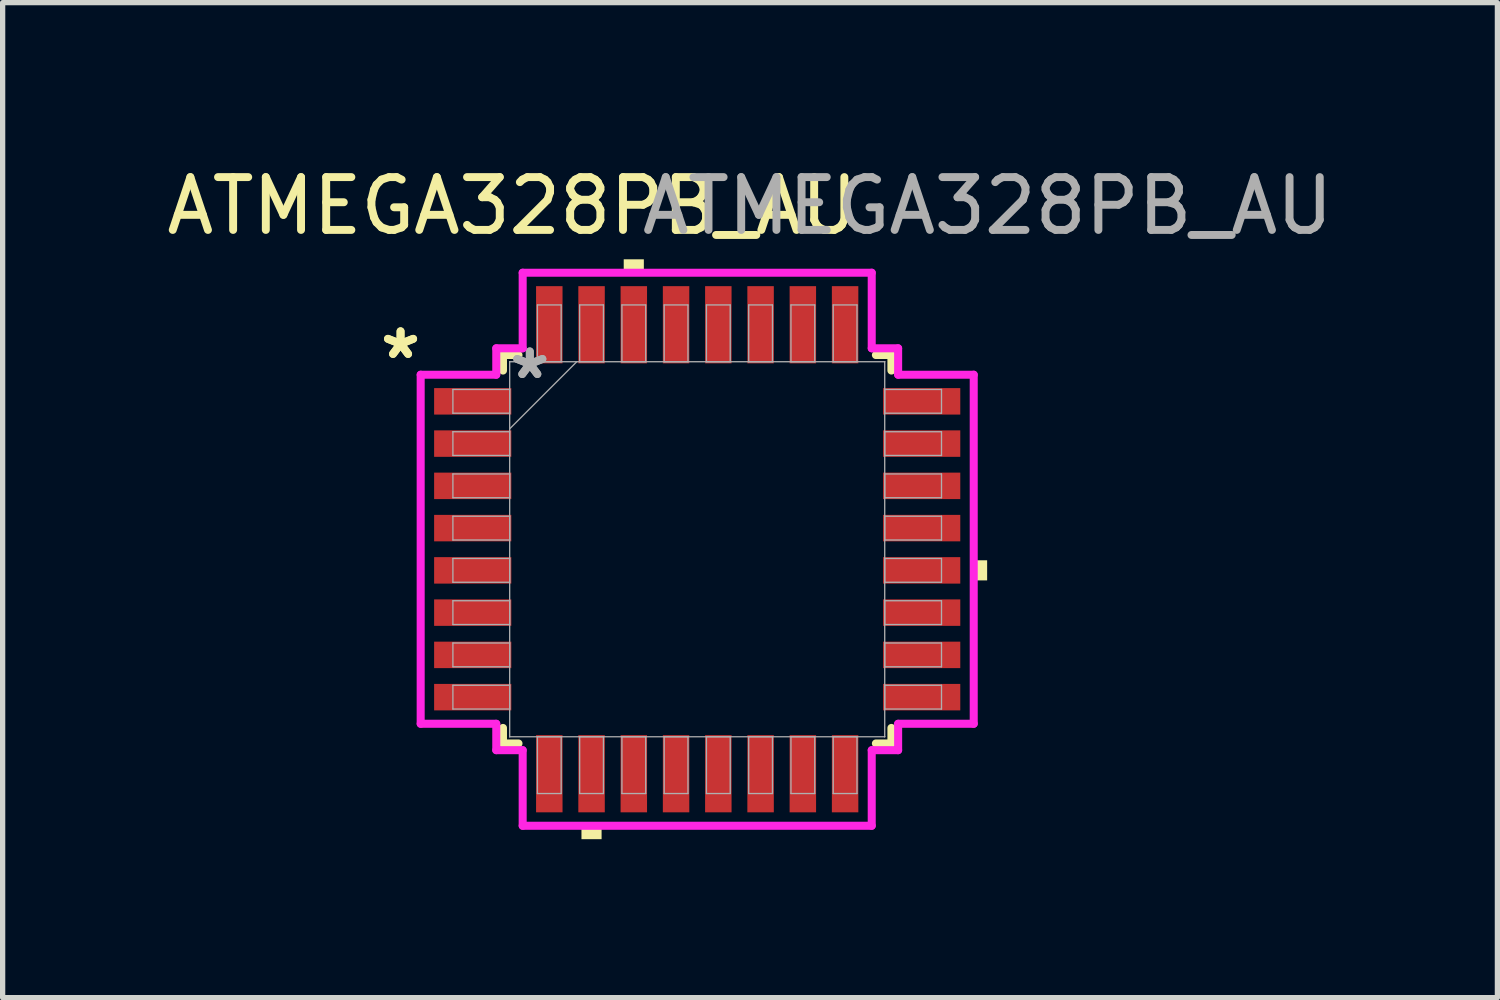
<source format=kicad_pcb>
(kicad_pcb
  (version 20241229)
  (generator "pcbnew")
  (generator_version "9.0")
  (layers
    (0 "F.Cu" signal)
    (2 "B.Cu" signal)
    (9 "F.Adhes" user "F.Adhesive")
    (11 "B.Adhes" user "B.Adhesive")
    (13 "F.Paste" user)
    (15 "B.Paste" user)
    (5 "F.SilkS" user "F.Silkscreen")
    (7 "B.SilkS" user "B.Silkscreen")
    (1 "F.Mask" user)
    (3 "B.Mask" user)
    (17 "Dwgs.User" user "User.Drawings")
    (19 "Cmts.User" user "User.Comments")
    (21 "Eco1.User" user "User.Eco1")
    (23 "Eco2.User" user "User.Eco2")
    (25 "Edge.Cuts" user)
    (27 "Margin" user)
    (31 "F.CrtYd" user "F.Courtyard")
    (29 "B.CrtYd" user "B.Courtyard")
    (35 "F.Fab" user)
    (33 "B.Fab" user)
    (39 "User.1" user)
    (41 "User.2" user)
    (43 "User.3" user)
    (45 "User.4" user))
  (footprint "ATMEGA328PB_AU"
    (layer "F.Cu")
    (at 10.149 7.348)
    (property "Reference" "ATMEGA328PB_AU" (at -3.5 -6.5 0) (unlocked yes) (layer "F.SilkS") (effects (font (size 1 1) (thickness 0.15))))
    (attr smd)
    (fp_line (start -3.677 -3.677) (end -3.677 -3.383) (stroke (width 0.152) (type solid)) (layer "F.SilkS"))
    (fp_line (start -3.677 3.383) (end -3.677 3.677) (stroke (width 0.152) (type solid)) (layer "F.SilkS"))
    (fp_line (start -3.677 3.677) (end -3.383 3.677) (stroke (width 0.152) (type solid)) (layer "F.SilkS"))
    (fp_line (start -3.383 -3.677) (end -3.677 -3.677) (stroke (width 0.152) (type solid)) (layer "F.SilkS"))
    (fp_line (start 3.383 3.677) (end 3.677 3.677) (stroke (width 0.152) (type solid)) (layer "F.SilkS"))
    (fp_line (start 3.677 -3.677) (end 3.383 -3.677) (stroke (width 0.152) (type solid)) (layer "F.SilkS"))
    (fp_line (start 3.677 -3.383) (end 3.677 -3.677) (stroke (width 0.152) (type solid)) (layer "F.SilkS"))
    (fp_line (start 3.677 3.677) (end 3.677 3.383) (stroke (width 0.152) (type solid)) (layer "F.SilkS"))
    (fp_poly (pts (xy -2.191 5.235) (xy -2.191 5.489) (xy -1.81 5.489) (xy -1.81 5.235)) (stroke (width 0) (type solid)) (fill yes) (layer "F.SilkS"))
    (fp_poly (pts (xy -1.391 -5.235) (xy -1.391 -5.489) (xy -1.01 -5.489) (xy -1.01 -5.235)) (stroke (width 0) (type solid)) (fill yes) (layer "F.SilkS"))
    (fp_poly (pts (xy 5.489 0.209) (xy 5.489 0.59) (xy 5.235 0.59) (xy 5.235 0.209)) (stroke (width 0) (type solid)) (fill yes) (layer "F.SilkS"))
    (fp_line (start -5.235 -3.304) (end -3.804 -3.304) (stroke (width 0.152) (type solid)) (layer "F.CrtYd"))
    (fp_line (start -5.235 3.304) (end -5.235 -3.304) (stroke (width 0.152) (type solid)) (layer "F.CrtYd"))
    (fp_line (start -3.804 -3.804) (end -3.304 -3.804) (stroke (width 0.152) (type solid)) (layer "F.CrtYd"))
    (fp_line (start -3.804 -3.304) (end -3.804 -3.804) (stroke (width 0.152) (type solid)) (layer "F.CrtYd"))
    (fp_line (start -3.804 3.304) (end -5.235 3.304) (stroke (width 0.152) (type solid)) (layer "F.CrtYd"))
    (fp_line (start -3.804 3.804) (end -3.804 3.304) (stroke (width 0.152) (type solid)) (layer "F.CrtYd"))
    (fp_line (start -3.804 3.804) (end -3.304 3.804) (stroke (width 0.152) (type solid)) (layer "F.CrtYd"))
    (fp_line (start -3.304 -5.235) (end 3.304 -5.235) (stroke (width 0.152) (type solid)) (layer "F.CrtYd"))
    (fp_line (start -3.304 -3.804) (end -3.304 -5.235) (stroke (width 0.152) (type solid)) (layer "F.CrtYd"))
    (fp_line (start -3.304 3.804) (end -3.304 5.235) (stroke (width 0.152) (type solid)) (layer "F.CrtYd"))
    (fp_line (start -3.304 5.235) (end 3.304 5.235) (stroke (width 0.152) (type solid)) (layer "F.CrtYd"))
    (fp_line (start 3.304 -5.235) (end 3.304 -3.804) (stroke (width 0.152) (type solid)) (layer "F.CrtYd"))
    (fp_line (start 3.304 -3.804) (end 3.804 -3.804) (stroke (width 0.152) (type solid)) (layer "F.CrtYd"))
    (fp_line (start 3.304 3.804) (end 3.804 3.804) (stroke (width 0.152) (type solid)) (layer "F.CrtYd"))
    (fp_line (start 3.304 5.235) (end 3.304 3.804) (stroke (width 0.152) (type solid)) (layer "F.CrtYd"))
    (fp_line (start 3.804 -3.304) (end 3.804 -3.804) (stroke (width 0.152) (type solid)) (layer "F.CrtYd"))
    (fp_line (start 3.804 3.304) (end 5.235 3.304) (stroke (width 0.152) (type solid)) (layer "F.CrtYd"))
    (fp_line (start 3.804 3.804) (end 3.804 3.304) (stroke (width 0.152) (type solid)) (layer "F.CrtYd"))
    (fp_line (start 5.235 -3.304) (end 3.804 -3.304) (stroke (width 0.152) (type solid)) (layer "F.CrtYd"))
    (fp_line (start 5.235 3.304) (end 5.235 -3.304) (stroke (width 0.152) (type solid)) (layer "F.CrtYd"))
    (fp_line (start -4.625 -3.025) (end -4.625 -2.575) (stroke (width 0.025) (type solid)) (layer "F.Fab"))
    (fp_line (start -4.625 -2.575) (end -3.55 -2.575) (stroke (width 0.025) (type solid)) (layer "F.Fab"))
    (fp_line (start -4.625 -2.225) (end -4.625 -1.775) (stroke (width 0.025) (type solid)) (layer "F.Fab"))
    (fp_line (start -4.625 -1.775) (end -3.55 -1.775) (stroke (width 0.025) (type solid)) (layer "F.Fab"))
    (fp_line (start -4.625 -1.425) (end -4.625 -0.975) (stroke (width 0.025) (type solid)) (layer "F.Fab"))
    (fp_line (start -4.625 -0.975) (end -3.55 -0.975) (stroke (width 0.025) (type solid)) (layer "F.Fab"))
    (fp_line (start -4.625 -0.625) (end -4.625 -0.175) (stroke (width 0.025) (type solid)) (layer "F.Fab"))
    (fp_line (start -4.625 -0.175) (end -3.55 -0.175) (stroke (width 0.025) (type solid)) (layer "F.Fab"))
    (fp_line (start -4.625 0.175) (end -4.625 0.625) (stroke (width 0.025) (type solid)) (layer "F.Fab"))
    (fp_line (start -4.625 0.625) (end -3.55 0.625) (stroke (width 0.025) (type solid)) (layer "F.Fab"))
    (fp_line (start -4.625 0.975) (end -4.625 1.425) (stroke (width 0.025) (type solid)) (layer "F.Fab"))
    (fp_line (start -4.625 1.425) (end -3.55 1.425) (stroke (width 0.025) (type solid)) (layer "F.Fab"))
    (fp_line (start -4.625 1.775) (end -4.625 2.225) (stroke (width 0.025) (type solid)) (layer "F.Fab"))
    (fp_line (start -4.625 2.225) (end -3.55 2.225) (stroke (width 0.025) (type solid)) (layer "F.Fab"))
    (fp_line (start -4.625 2.575) (end -4.625 3.025) (stroke (width 0.025) (type solid)) (layer "F.Fab"))
    (fp_line (start -4.625 3.025) (end -3.55 3.025) (stroke (width 0.025) (type solid)) (layer "F.Fab"))
    (fp_line (start -3.55 -3.55) (end -3.55 -3.55) (stroke (width 0.025) (type solid)) (layer "F.Fab"))
    (fp_line (start -3.55 -3.55) (end -3.55 3.55) (stroke (width 0.025) (type solid)) (layer "F.Fab"))
    (fp_line (start -3.55 -3.025) (end -4.625 -3.025) (stroke (width 0.025) (type solid)) (layer "F.Fab"))
    (fp_line (start -3.55 -2.575) (end -3.55 -3.025) (stroke (width 0.025) (type solid)) (layer "F.Fab"))
    (fp_line (start -3.55 -2.28) (end -2.28 -3.55) (stroke (width 0.025) (type solid)) (layer "F.Fab"))
    (fp_line (start -3.55 -2.225) (end -4.625 -2.225) (stroke (width 0.025) (type solid)) (layer "F.Fab"))
    (fp_line (start -3.55 -1.775) (end -3.55 -2.225) (stroke (width 0.025) (type solid)) (layer "F.Fab"))
    (fp_line (start -3.55 -1.425) (end -4.625 -1.425) (stroke (width 0.025) (type solid)) (layer "F.Fab"))
    (fp_line (start -3.55 -0.975) (end -3.55 -1.425) (stroke (width 0.025) (type solid)) (layer "F.Fab"))
    (fp_line (start -3.55 -0.625) (end -4.625 -0.625) (stroke (width 0.025) (type solid)) (layer "F.Fab"))
    (fp_line (start -3.55 -0.175) (end -3.55 -0.625) (stroke (width 0.025) (type solid)) (layer "F.Fab"))
    (fp_line (start -3.55 0.175) (end -4.625 0.175) (stroke (width 0.025) (type solid)) (layer "F.Fab"))
    (fp_line (start -3.55 0.625) (end -3.55 0.175) (stroke (width 0.025) (type solid)) (layer "F.Fab"))
    (fp_line (start -3.55 0.975) (end -4.625 0.975) (stroke (width 0.025) (type solid)) (layer "F.Fab"))
    (fp_line (start -3.55 1.425) (end -3.55 0.975) (stroke (width 0.025) (type solid)) (layer "F.Fab"))
    (fp_line (start -3.55 1.775) (end -4.625 1.775) (stroke (width 0.025) (type solid)) (layer "F.Fab"))
    (fp_line (start -3.55 2.225) (end -3.55 1.775) (stroke (width 0.025) (type solid)) (layer "F.Fab"))
    (fp_line (start -3.55 2.575) (end -4.625 2.575) (stroke (width 0.025) (type solid)) (layer "F.Fab"))
    (fp_line (start -3.55 3.025) (end -3.55 2.575) (stroke (width 0.025) (type solid)) (layer "F.Fab"))
    (fp_line (start -3.55 3.55) (end -3.55 3.55) (stroke (width 0.025) (type solid)) (layer "F.Fab"))
    (fp_line (start -3.55 3.55) (end 3.55 3.55) (stroke (width 0.025) (type solid)) (layer "F.Fab"))
    (fp_line (start -3.025 -4.625) (end -3.025 -3.55) (stroke (width 0.025) (type solid)) (layer "F.Fab"))
    (fp_line (start -3.025 -3.55) (end -2.575 -3.55) (stroke (width 0.025) (type solid)) (layer "F.Fab"))
    (fp_line (start -3.025 3.55) (end -3.025 4.625) (stroke (width 0.025) (type solid)) (layer "F.Fab"))
    (fp_line (start -3.025 4.625) (end -2.575 4.625) (stroke (width 0.025) (type solid)) (layer "F.Fab"))
    (fp_line (start -2.575 3.55) (end -3.025 3.55) (stroke (width 0.025) (type solid)) (layer "F.Fab"))
    (fp_line (start -2.575 4.625) (end -2.575 3.55) (stroke (width 0.025) (type solid)) (layer "F.Fab"))
    (fp_line (start -2.575 -4.625) (end -3.025 -4.625) (stroke (width 0.025) (type solid)) (layer "F.Fab"))
    (fp_line (start -2.575 -3.55) (end -2.575 -4.625) (stroke (width 0.025) (type solid)) (layer "F.Fab"))
    (fp_line (start -2.225 -4.625) (end -2.225 -3.55) (stroke (width 0.025) (type solid)) (layer "F.Fab"))
    (fp_line (start -2.225 -3.55) (end -1.775 -3.55) (stroke (width 0.025) (type solid)) (layer "F.Fab"))
    (fp_line (start -2.225 3.55) (end -2.225 4.625) (stroke (width 0.025) (type solid)) (layer "F.Fab"))
    (fp_line (start -2.225 4.625) (end -1.775 4.625) (stroke (width 0.025) (type solid)) (layer "F.Fab"))
    (fp_line (start -1.775 -4.625) (end -2.225 -4.625) (stroke (width 0.025) (type solid)) (layer "F.Fab"))
    (fp_line (start -1.775 -3.55) (end -1.775 -4.625) (stroke (width 0.025) (type solid)) (layer "F.Fab"))
    (fp_line (start -1.775 3.55) (end -2.225 3.55) (stroke (width 0.025) (type solid)) (layer "F.Fab"))
    (fp_line (start -1.775 4.625) (end -1.775 3.55) (stroke (width 0.025) (type solid)) (layer "F.Fab"))
    (fp_line (start -1.425 -4.625) (end -1.425 -3.55) (stroke (width 0.025) (type solid)) (layer "F.Fab"))
    (fp_line (start -1.425 -3.55) (end -0.975 -3.55) (stroke (width 0.025) (type solid)) (layer "F.Fab"))
    (fp_line (start -1.425 3.55) (end -1.425 4.625) (stroke (width 0.025) (type solid)) (layer "F.Fab"))
    (fp_line (start -1.425 4.625) (end -0.975 4.625) (stroke (width 0.025) (type solid)) (layer "F.Fab"))
    (fp_line (start -0.975 -4.625) (end -1.425 -4.625) (stroke (width 0.025) (type solid)) (layer "F.Fab"))
    (fp_line (start -0.975 -3.55) (end -0.975 -4.625) (stroke (width 0.025) (type solid)) (layer "F.Fab"))
    (fp_line (start -0.975 3.55) (end -1.425 3.55) (stroke (width 0.025) (type solid)) (layer "F.Fab"))
    (fp_line (start -0.975 4.625) (end -0.975 3.55) (stroke (width 0.025) (type solid)) (layer "F.Fab"))
    (fp_line (start -0.625 -4.625) (end -0.625 -3.55) (stroke (width 0.025) (type solid)) (layer "F.Fab"))
    (fp_line (start -0.625 -3.55) (end -0.175 -3.55) (stroke (width 0.025) (type solid)) (layer "F.Fab"))
    (fp_line (start -0.625 3.55) (end -0.625 4.625) (stroke (width 0.025) (type solid)) (layer "F.Fab"))
    (fp_line (start -0.625 4.625) (end -0.175 4.625) (stroke (width 0.025) (type solid)) (layer "F.Fab"))
    (fp_line (start -0.175 -4.625) (end -0.625 -4.625) (stroke (width 0.025) (type solid)) (layer "F.Fab"))
    (fp_line (start -0.175 -3.55) (end -0.175 -4.625) (stroke (width 0.025) (type solid)) (layer "F.Fab"))
    (fp_line (start -0.175 3.55) (end -0.625 3.55) (stroke (width 0.025) (type solid)) (layer "F.Fab"))
    (fp_line (start -0.175 4.625) (end -0.175 3.55) (stroke (width 0.025) (type solid)) (layer "F.Fab"))
    (fp_line (start 0.175 -4.625) (end 0.175 -3.55) (stroke (width 0.025) (type solid)) (layer "F.Fab"))
    (fp_line (start 0.175 -3.55) (end 0.625 -3.55) (stroke (width 0.025) (type solid)) (layer "F.Fab"))
    (fp_line (start 0.175 3.55) (end 0.175 4.625) (stroke (width 0.025) (type solid)) (layer "F.Fab"))
    (fp_line (start 0.175 4.625) (end 0.625 4.625) (stroke (width 0.025) (type solid)) (layer "F.Fab"))
    (fp_line (start 0.625 -4.625) (end 0.175 -4.625) (stroke (width 0.025) (type solid)) (layer "F.Fab"))
    (fp_line (start 0.625 -3.55) (end 0.625 -4.625) (stroke (width 0.025) (type solid)) (layer "F.Fab"))
    (fp_line (start 0.625 3.55) (end 0.175 3.55) (stroke (width 0.025) (type solid)) (layer "F.Fab"))
    (fp_line (start 0.625 4.625) (end 0.625 3.55) (stroke (width 0.025) (type solid)) (layer "F.Fab"))
    (fp_line (start 0.975 -4.625) (end 0.975 -3.55) (stroke (width 0.025) (type solid)) (layer "F.Fab"))
    (fp_line (start 0.975 -3.55) (end 1.425 -3.55) (stroke (width 0.025) (type solid)) (layer "F.Fab"))
    (fp_line (start 0.975 3.55) (end 0.975 4.625) (stroke (width 0.025) (type solid)) (layer "F.Fab"))
    (fp_line (start 0.975 4.625) (end 1.425 4.625) (stroke (width 0.025) (type solid)) (layer "F.Fab"))
    (fp_line (start 1.425 -4.625) (end 0.975 -4.625) (stroke (width 0.025) (type solid)) (layer "F.Fab"))
    (fp_line (start 1.425 -3.55) (end 1.425 -4.625) (stroke (width 0.025) (type solid)) (layer "F.Fab"))
    (fp_line (start 1.425 3.55) (end 0.975 3.55) (stroke (width 0.025) (type solid)) (layer "F.Fab"))
    (fp_line (start 1.425 4.625) (end 1.425 3.55) (stroke (width 0.025) (type solid)) (layer "F.Fab"))
    (fp_line (start 1.775 -4.625) (end 1.775 -3.55) (stroke (width 0.025) (type solid)) (layer "F.Fab"))
    (fp_line (start 1.775 -3.55) (end 2.225 -3.55) (stroke (width 0.025) (type solid)) (layer "F.Fab"))
    (fp_line (start 1.775 3.55) (end 1.775 4.625) (stroke (width 0.025) (type solid)) (layer "F.Fab"))
    (fp_line (start 1.775 4.625) (end 2.225 4.625) (stroke (width 0.025) (type solid)) (layer "F.Fab"))
    (fp_line (start 2.225 -4.625) (end 1.775 -4.625) (stroke (width 0.025) (type solid)) (layer "F.Fab"))
    (fp_line (start 2.225 -3.55) (end 2.225 -4.625) (stroke (width 0.025) (type solid)) (layer "F.Fab"))
    (fp_line (start 2.225 3.55) (end 1.775 3.55) (stroke (width 0.025) (type solid)) (layer "F.Fab"))
    (fp_line (start 2.225 4.625) (end 2.225 3.55) (stroke (width 0.025) (type solid)) (layer "F.Fab"))
    (fp_line (start 2.575 3.55) (end 2.575 4.625) (stroke (width 0.025) (type solid)) (layer "F.Fab"))
    (fp_line (start 2.575 4.625) (end 3.025 4.625) (stroke (width 0.025) (type solid)) (layer "F.Fab"))
    (fp_line (start 2.575 -4.625) (end 2.575 -3.55) (stroke (width 0.025) (type solid)) (layer "F.Fab"))
    (fp_line (start 2.575 -3.55) (end 3.025 -3.55) (stroke (width 0.025) (type solid)) (layer "F.Fab"))
    (fp_line (start 3.025 -4.625) (end 2.575 -4.625) (stroke (width 0.025) (type solid)) (layer "F.Fab"))
    (fp_line (start 3.025 -3.55) (end 3.025 -4.625) (stroke (width 0.025) (type solid)) (layer "F.Fab"))
    (fp_line (start 3.025 3.55) (end 2.575 3.55) (stroke (width 0.025) (type solid)) (layer "F.Fab"))
    (fp_line (start 3.025 4.625) (end 3.025 3.55) (stroke (width 0.025) (type solid)) (layer "F.Fab"))
    (fp_line (start 3.55 -3.55) (end -3.55 -3.55) (stroke (width 0.025) (type solid)) (layer "F.Fab"))
    (fp_line (start 3.55 -3.55) (end 3.55 -3.55) (stroke (width 0.025) (type solid)) (layer "F.Fab"))
    (fp_line (start 3.55 -3.025) (end 3.55 -2.575) (stroke (width 0.025) (type solid)) (layer "F.Fab"))
    (fp_line (start 3.55 -2.575) (end 4.625 -2.575) (stroke (width 0.025) (type solid)) (layer "F.Fab"))
    (fp_line (start 3.55 -2.225) (end 3.55 -1.775) (stroke (width 0.025) (type solid)) (layer "F.Fab"))
    (fp_line (start 3.55 -1.775) (end 4.625 -1.775) (stroke (width 0.025) (type solid)) (layer "F.Fab"))
    (fp_line (start 3.55 -1.425) (end 3.55 -0.975) (stroke (width 0.025) (type solid)) (layer "F.Fab"))
    (fp_line (start 3.55 -0.975) (end 4.625 -0.975) (stroke (width 0.025) (type solid)) (layer "F.Fab"))
    (fp_line (start 3.55 -0.625) (end 3.55 -0.175) (stroke (width 0.025) (type solid)) (layer "F.Fab"))
    (fp_line (start 3.55 -0.175) (end 4.625 -0.175) (stroke (width 0.025) (type solid)) (layer "F.Fab"))
    (fp_line (start 3.55 0.175) (end 3.55 0.625) (stroke (width 0.025) (type solid)) (layer "F.Fab"))
    (fp_line (start 3.55 0.625) (end 4.625 0.625) (stroke (width 0.025) (type solid)) (layer "F.Fab"))
    (fp_line (start 3.55 0.975) (end 3.55 1.425) (stroke (width 0.025) (type solid)) (layer "F.Fab"))
    (fp_line (start 3.55 1.425) (end 4.625 1.425) (stroke (width 0.025) (type solid)) (layer "F.Fab"))
    (fp_line (start 3.55 1.775) (end 3.55 2.225) (stroke (width 0.025) (type solid)) (layer "F.Fab"))
    (fp_line (start 3.55 2.225) (end 4.625 2.225) (stroke (width 0.025) (type solid)) (layer "F.Fab"))
    (fp_line (start 3.55 2.575) (end 3.55 3.025) (stroke (width 0.025) (type solid)) (layer "F.Fab"))
    (fp_line (start 3.55 3.025) (end 4.625 3.025) (stroke (width 0.025) (type solid)) (layer "F.Fab"))
    (fp_line (start 3.55 3.55) (end 3.55 -3.55) (stroke (width 0.025) (type solid)) (layer "F.Fab"))
    (fp_line (start 3.55 3.55) (end 3.55 3.55) (stroke (width 0.025) (type solid)) (layer "F.Fab"))
    (fp_line (start 4.625 -3.025) (end 3.55 -3.025) (stroke (width 0.025) (type solid)) (layer "F.Fab"))
    (fp_line (start 4.625 -2.575) (end 4.625 -3.025) (stroke (width 0.025) (type solid)) (layer "F.Fab"))
    (fp_line (start 4.625 -2.225) (end 3.55 -2.225) (stroke (width 0.025) (type solid)) (layer "F.Fab"))
    (fp_line (start 4.625 -1.775) (end 4.625 -2.225) (stroke (width 0.025) (type solid)) (layer "F.Fab"))
    (fp_line (start 4.625 -1.425) (end 3.55 -1.425) (stroke (width 0.025) (type solid)) (layer "F.Fab"))
    (fp_line (start 4.625 -0.975) (end 4.625 -1.425) (stroke (width 0.025) (type solid)) (layer "F.Fab"))
    (fp_line (start 4.625 -0.625) (end 3.55 -0.625) (stroke (width 0.025) (type solid)) (layer "F.Fab"))
    (fp_line (start 4.625 -0.175) (end 4.625 -0.625) (stroke (width 0.025) (type solid)) (layer "F.Fab"))
    (fp_line (start 4.625 0.175) (end 3.55 0.175) (stroke (width 0.025) (type solid)) (layer "F.Fab"))
    (fp_line (start 4.625 0.625) (end 4.625 0.175) (stroke (width 0.025) (type solid)) (layer "F.Fab"))
    (fp_line (start 4.625 0.975) (end 3.55 0.975) (stroke (width 0.025) (type solid)) (layer "F.Fab"))
    (fp_line (start 4.625 1.425) (end 4.625 0.975) (stroke (width 0.025) (type solid)) (layer "F.Fab"))
    (fp_line (start 4.625 1.775) (end 3.55 1.775) (stroke (width 0.025) (type solid)) (layer "F.Fab"))
    (fp_line (start 4.625 2.225) (end 4.625 1.775) (stroke (width 0.025) (type solid)) (layer "F.Fab"))
    (fp_line (start 4.625 2.575) (end 3.55 2.575) (stroke (width 0.025) (type solid)) (layer "F.Fab"))
    (fp_line (start 4.625 3.025) (end 4.625 2.575) (stroke (width 0.025) (type solid)) (layer "F.Fab"))
    (fp_text user "*" (at -5.616 -3.581 0) (unlocked yes) (layer "F.SilkS") (effects (font (size 1 1) (thickness 0.15))))
    (fp_text user "*" (at -5.616 -3.581 0) (layer "F.SilkS") (effects (font (size 1 1) (thickness 0.15))))
    (fp_text user "*" (at -3.169 -3.2 0) (layer "F.Fab") (effects (font (size 1 1) (thickness 0.15))))
    (fp_text user "*" (at -3.169 -3.2 0) (unlocked yes) (layer "F.Fab") (effects (font (size 1 1) (thickness 0.15))))
    (fp_text user "${REFERENCE}" (at 5.5 -6.5 0) (unlocked yes) (layer "F.Fab") (effects (font (size 1 1) (thickness 0.15))))
    (pad "1" smd rect (at -4.25 -2.8 90) (size 0.501 1.461) (layers "F.Cu" "F.Mask" "F.Paste"))
    (pad "2" smd rect (at -4.25 -2 90) (size 0.501 1.461) (layers "F.Cu" "F.Mask" "F.Paste"))
    (pad "3" smd rect (at -4.25 -1.2 90) (size 0.501 1.461) (layers "F.Cu" "F.Mask" "F.Paste"))
    (pad "4" smd rect (at -4.25 -0.4 90) (size 0.501 1.461) (layers "F.Cu" "F.Mask" "F.Paste"))
    (pad "5" smd rect (at -4.25 0.4 90) (size 0.501 1.461) (layers "F.Cu" "F.Mask" "F.Paste"))
    (pad "6" smd rect (at -4.25 1.2 90) (size 0.501 1.461) (layers "F.Cu" "F.Mask" "F.Paste"))
    (pad "7" smd rect (at -4.25 2 90) (size 0.501 1.461) (layers "F.Cu" "F.Mask" "F.Paste"))
    (pad "8" smd rect (at -4.25 2.8 90) (size 0.501 1.461) (layers "F.Cu" "F.Mask" "F.Paste"))
    (pad "9" smd rect (at -2.8 4.25) (size 0.501 1.461) (layers "F.Cu" "F.Mask" "F.Paste"))
    (pad "10" smd rect (at -2 4.25) (size 0.501 1.461) (layers "F.Cu" "F.Mask" "F.Paste"))
    (pad "11" smd rect (at -1.2 4.25) (size 0.501 1.461) (layers "F.Cu" "F.Mask" "F.Paste"))
    (pad "12" smd rect (at -0.4 4.25) (size 0.501 1.461) (layers "F.Cu" "F.Mask" "F.Paste"))
    (pad "13" smd rect (at 0.4 4.25) (size 0.501 1.461) (layers "F.Cu" "F.Mask" "F.Paste"))
    (pad "14" smd rect (at 1.2 4.25) (size 0.501 1.461) (layers "F.Cu" "F.Mask" "F.Paste"))
    (pad "15" smd rect (at 2 4.25) (size 0.501 1.461) (layers "F.Cu" "F.Mask" "F.Paste"))
    (pad "16" smd rect (at 2.8 4.25) (size 0.501 1.461) (layers "F.Cu" "F.Mask" "F.Paste"))
    (pad "17" smd rect (at 4.25 2.8 90) (size 0.501 1.461) (layers "F.Cu" "F.Mask" "F.Paste"))
    (pad "18" smd rect (at 4.25 2 90) (size 0.501 1.461) (layers "F.Cu" "F.Mask" "F.Paste"))
    (pad "19" smd rect (at 4.25 1.2 90) (size 0.501 1.461) (layers "F.Cu" "F.Mask" "F.Paste"))
    (pad "20" smd rect (at 4.25 0.4 90) (size 0.501 1.461) (layers "F.Cu" "F.Mask" "F.Paste"))
    (pad "21" smd rect (at 4.25 -0.4 90) (size 0.501 1.461) (layers "F.Cu" "F.Mask" "F.Paste"))
    (pad "22" smd rect (at 4.25 -1.2 90) (size 0.501 1.461) (layers "F.Cu" "F.Mask" "F.Paste"))
    (pad "23" smd rect (at 4.25 -2 90) (size 0.501 1.461) (layers "F.Cu" "F.Mask" "F.Paste"))
    (pad "24" smd rect (at 4.25 -2.8 90) (size 0.501 1.461) (layers "F.Cu" "F.Mask" "F.Paste"))
    (pad "25" smd rect (at 2.8 -4.25) (size 0.501 1.461) (layers "F.Cu" "F.Mask" "F.Paste"))
    (pad "26" smd rect (at 2 -4.25) (size 0.501 1.461) (layers "F.Cu" "F.Mask" "F.Paste"))
    (pad "27" smd rect (at 1.2 -4.25) (size 0.501 1.461) (layers "F.Cu" "F.Mask" "F.Paste"))
    (pad "28" smd rect (at 0.4 -4.25) (size 0.501 1.461) (layers "F.Cu" "F.Mask" "F.Paste"))
    (pad "29" smd rect (at -0.4 -4.25) (size 0.501 1.461) (layers "F.Cu" "F.Mask" "F.Paste"))
    (pad "30" smd rect (at -1.2 -4.25) (size 0.501 1.461) (layers "F.Cu" "F.Mask" "F.Paste"))
    (pad "31" smd rect (at -2 -4.25) (size 0.501 1.461) (layers "F.Cu" "F.Mask" "F.Paste"))
    (pad "32" smd rect (at -2.8 -4.25) (size 0.501 1.461) (layers "F.Cu" "F.Mask" "F.Paste")))
  (gr_rect
    (start -3 -3)
    (end 25.298 15.837)
    (stroke (width 0.1) (type default))
    (fill no)
    (layer "Edge.Cuts")))
</source>
